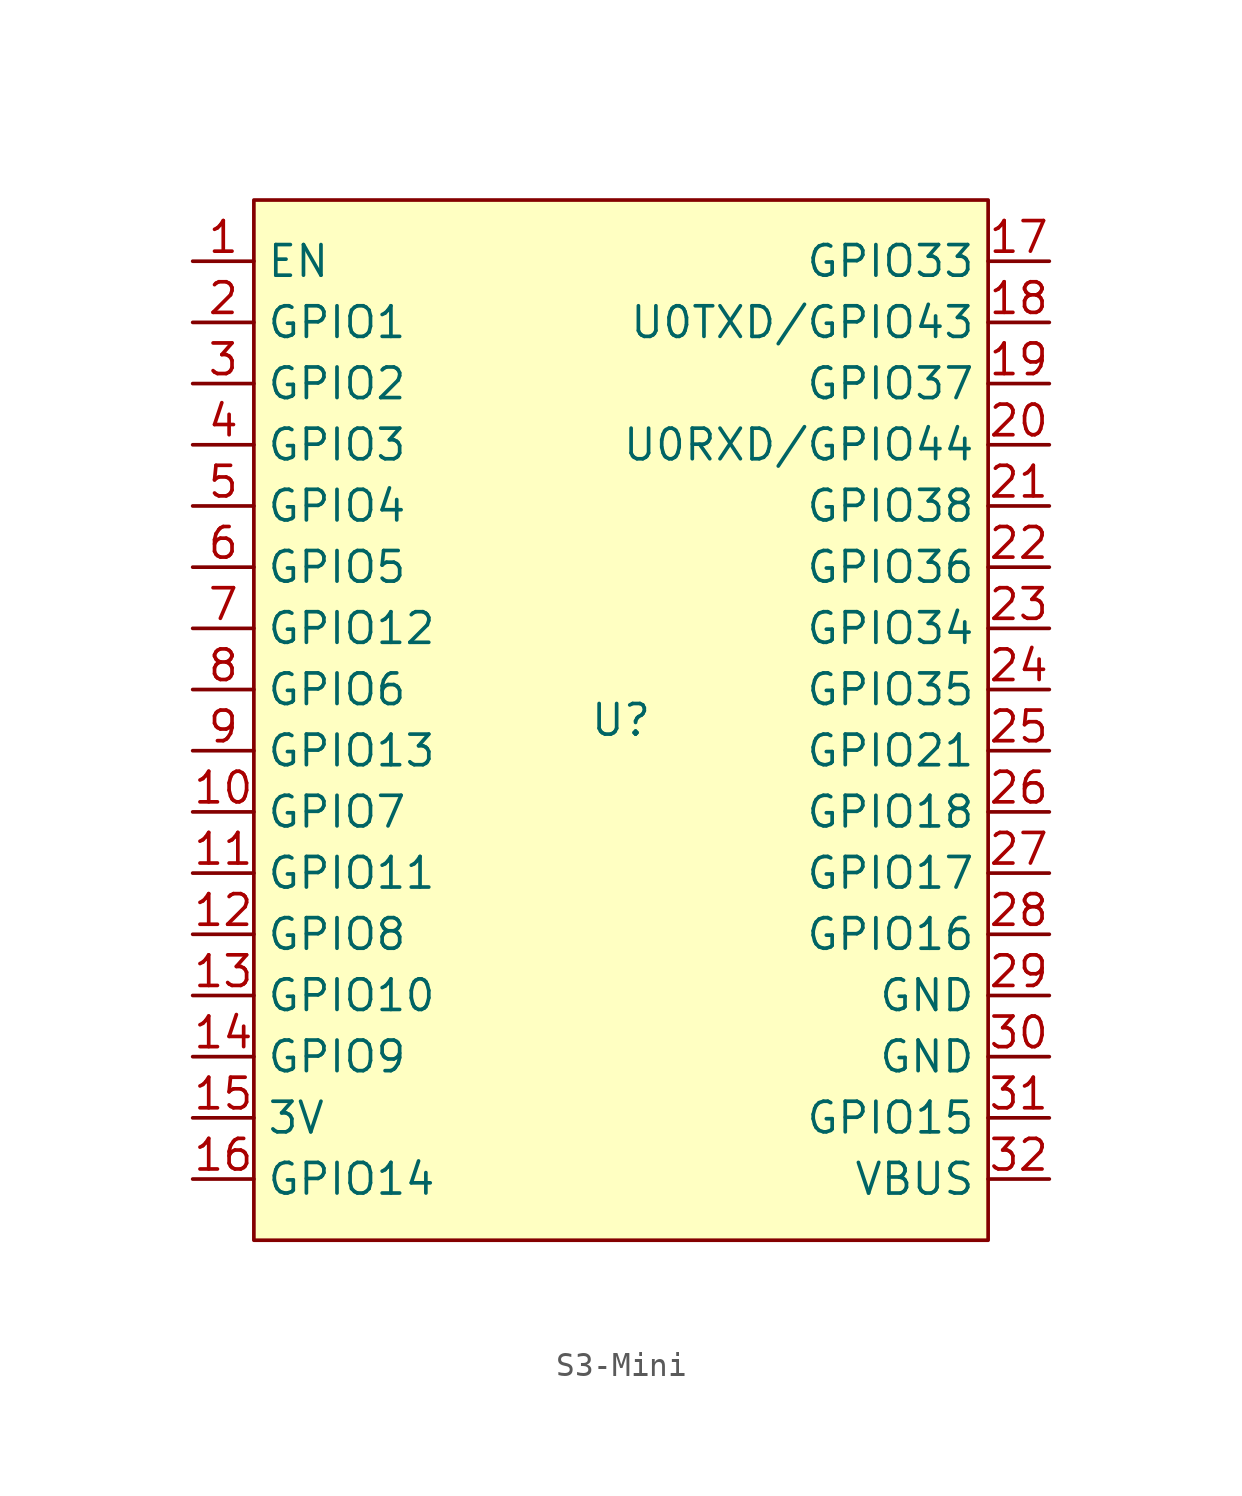
<source format=kicad_sym>
(kicad_symbol_lib
  (version 20241209)
  (generator "kicad_symbol_editor")
  (generator_version "9.0")
  (symbol "S3-Mini"
    (property "Reference" "U"
      (at 0 0 0)
      (effects (font (size 1.27 1.27))))
    (property "Value" ""
      (at 13.97 1.27 0)
      (effects (font (size 1.27 1.27))))
    (symbol "S3-Mini_1_1"
      (rectangle (start -15.24 21.59) (end 15.24 -21.59) (stroke (width 0) (type default)) (fill (type background)))
      (pin bidirectional line (at -17.78 19.05 0) (length 2.54) (name "EN" (effects (font (size 1.27 1.27)))) (number "1" (effects (font (size 1.27 1.27)))))
      (pin bidirectional line (at -17.78 16.51 0) (length 2.54) (name "GPIO1" (effects (font (size 1.27 1.27)))) (number "2" (effects (font (size 1.27 1.27)))))
      (pin bidirectional line (at -17.78 13.97 0) (length 2.54) (name "GPIO2" (effects (font (size 1.27 1.27)))) (number "3" (effects (font (size 1.27 1.27)))))
      (pin bidirectional line (at -17.78 11.43 0) (length 2.54) (name "GPIO3" (effects (font (size 1.27 1.27)))) (number "4" (effects (font (size 1.27 1.27)))))
      (pin bidirectional line (at -17.78 8.89 0) (length 2.54) (name "GPIO4" (effects (font (size 1.27 1.27)))) (number "5" (effects (font (size 1.27 1.27)))))
      (pin bidirectional line (at -17.78 6.35 0) (length 2.54) (name "GPIO5" (effects (font (size 1.27 1.27)))) (number "6" (effects (font (size 1.27 1.27)))))
      (pin bidirectional line (at -17.78 3.81 0) (length 2.54) (name "GPIO12" (effects (font (size 1.27 1.27)))) (number "7" (effects (font (size 1.27 1.27)))))
      (pin bidirectional line (at -17.78 1.27 0) (length 2.54) (name "GPIO6" (effects (font (size 1.27 1.27)))) (number "8" (effects (font (size 1.27 1.27)))))
      (pin bidirectional line (at -17.78 -1.27 0) (length 2.54) (name "GPIO13" (effects (font (size 1.27 1.27)))) (number "9" (effects (font (size 1.27 1.27)))))
      (pin bidirectional line (at -17.78 -3.81 0) (length 2.54) (name "GPIO7" (effects (font (size 1.27 1.27)))) (number "10" (effects (font (size 1.27 1.27)))))
      (pin bidirectional line (at -17.78 -6.35 0) (length 2.54) (name "GPIO11" (effects (font (size 1.27 1.27)))) (number "11" (effects (font (size 1.27 1.27)))))
      (pin bidirectional line (at -17.78 -8.89 0) (length 2.54) (name "GPIO8" (effects (font (size 1.27 1.27)))) (number "12" (effects (font (size 1.27 1.27)))))
      (pin bidirectional line (at -17.78 -11.43 0) (length 2.54) (name "GPIO10" (effects (font (size 1.27 1.27)))) (number "13" (effects (font (size 1.27 1.27)))))
      (pin bidirectional line (at -17.78 -13.97 0) (length 2.54) (name "GPIO9" (effects (font (size 1.27 1.27)))) (number "14" (effects (font (size 1.27 1.27)))))
      (pin power_out line (at -17.78 -16.51 0) (length 2.54) (name "3V" (effects (font (size 1.27 1.27)))) (number "15" (effects (font (size 1.27 1.27)))))
      (pin bidirectional line (at -17.78 -19.05 0) (length 2.54) (name "GPIO14" (effects (font (size 1.27 1.27)))) (number "16" (effects (font (size 1.27 1.27)))))
      (pin bidirectional line (at 17.78 19.05 180) (length 2.54) (name "GPIO33" (effects (font (size 1.27 1.27)))) (number "17" (effects (font (size 1.27 1.27)))))
      (pin bidirectional line (at 17.78 16.51 180) (length 2.54) (name "U0TXD/GPIO43" (effects (font (size 1.27 1.27)))) (number "18" (effects (font (size 1.27 1.27)))))
      (pin bidirectional line (at 17.78 13.97 180) (length 2.54) (name "GPIO37" (effects (font (size 1.27 1.27)))) (number "19" (effects (font (size 1.27 1.27)))))
      (pin bidirectional line (at 17.78 11.43 180) (length 2.54) (name "U0RXD/GPIO44" (effects (font (size 1.27 1.27)))) (number "20" (effects (font (size 1.27 1.27)))))
      (pin bidirectional line (at 17.78 8.89 180) (length 2.54) (name "GPIO38" (effects (font (size 1.27 1.27)))) (number "21" (effects (font (size 1.27 1.27)))))
      (pin bidirectional line (at 17.78 6.35 180) (length 2.54) (name "GPIO36" (effects (font (size 1.27 1.27)))) (number "22" (effects (font (size 1.27 1.27)))))
      (pin bidirectional line (at 17.78 3.81 180) (length 2.54) (name "GPIO34" (effects (font (size 1.27 1.27)))) (number "23" (effects (font (size 1.27 1.27)))))
      (pin bidirectional line (at 17.78 1.27 180) (length 2.54) (name "GPIO35" (effects (font (size 1.27 1.27)))) (number "24" (effects (font (size 1.27 1.27)))))
      (pin bidirectional line (at 17.78 -1.27 180) (length 2.54) (name "GPIO21" (effects (font (size 1.27 1.27)))) (number "25" (effects (font (size 1.27 1.27)))))
      (pin bidirectional line (at 17.78 -3.81 180) (length 2.54) (name "GPIO18" (effects (font (size 1.27 1.27)))) (number "26" (effects (font (size 1.27 1.27)))))
      (pin bidirectional line (at 17.78 -6.35 180) (length 2.54) (name "GPIO17" (effects (font (size 1.27 1.27)))) (number "27" (effects (font (size 1.27 1.27)))))
      (pin bidirectional line (at 17.78 -8.89 180) (length 2.54) (name "GPIO16" (effects (font (size 1.27 1.27)))) (number "28" (effects (font (size 1.27 1.27)))))
      (pin power_in line (at 17.78 -11.43 180) (length 2.54) (name "GND" (effects (font (size 1.27 1.27)))) (number "29" (effects (font (size 1.27 1.27)))))
      (pin power_in line (at 17.78 -13.97 180) (length 2.54) (name "GND" (effects (font (size 1.27 1.27)))) (number "30" (effects (font (size 1.27 1.27)))))
      (pin bidirectional line (at 17.78 -16.51 180) (length 2.54) (name "GPIO15" (effects (font (size 1.27 1.27)))) (number "31" (effects (font (size 1.27 1.27)))))
      (pin power_in line (at 17.78 -19.05 180) (length 2.54) (name "VBUS" (effects (font (size 1.27 1.27)))) (number "32" (effects (font (size 1.27 1.27))))))))
</source>
